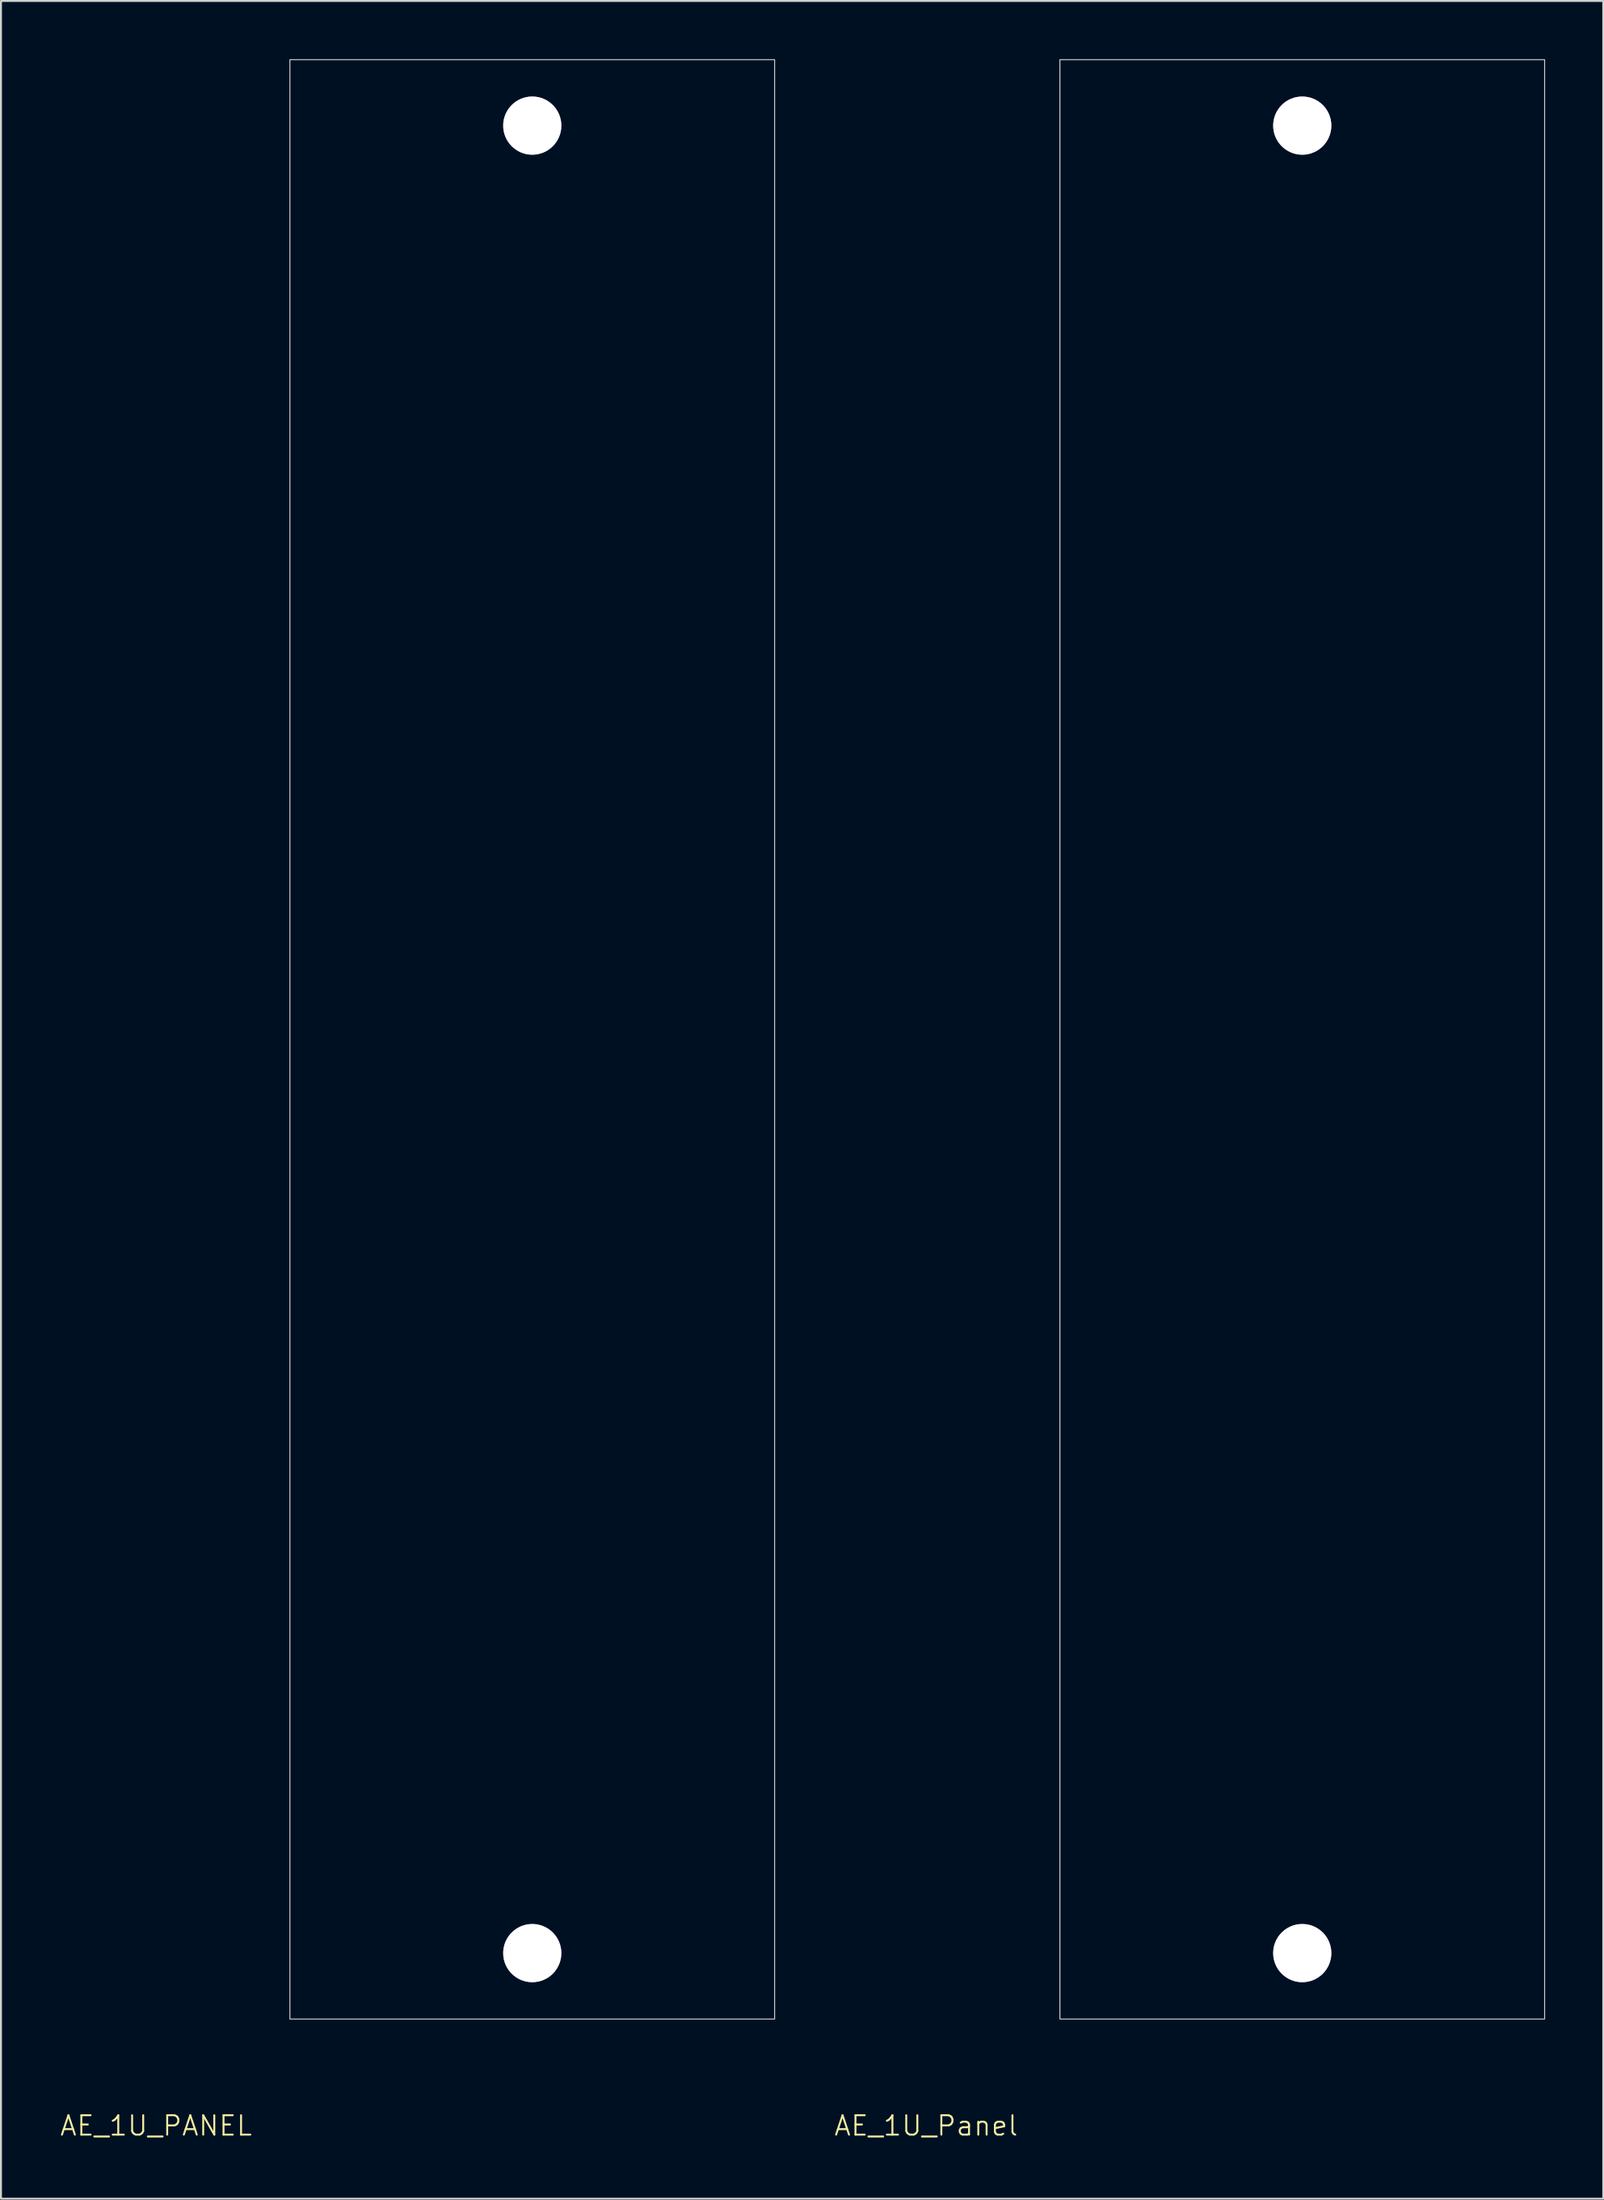
<source format=kicad_pcb>
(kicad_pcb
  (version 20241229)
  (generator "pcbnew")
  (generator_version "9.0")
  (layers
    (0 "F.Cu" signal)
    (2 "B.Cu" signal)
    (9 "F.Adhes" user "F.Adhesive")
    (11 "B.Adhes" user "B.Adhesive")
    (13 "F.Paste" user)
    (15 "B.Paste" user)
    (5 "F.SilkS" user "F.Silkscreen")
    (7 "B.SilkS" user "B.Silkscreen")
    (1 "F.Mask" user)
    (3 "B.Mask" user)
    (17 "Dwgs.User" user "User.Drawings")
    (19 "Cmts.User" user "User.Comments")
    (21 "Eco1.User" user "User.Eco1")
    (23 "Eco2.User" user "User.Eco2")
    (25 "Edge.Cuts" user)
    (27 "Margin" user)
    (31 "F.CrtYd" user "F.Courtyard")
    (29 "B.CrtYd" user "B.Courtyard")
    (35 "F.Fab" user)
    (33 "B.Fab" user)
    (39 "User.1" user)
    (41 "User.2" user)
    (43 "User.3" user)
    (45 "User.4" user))
  (footprint "AE_1U_Panel"
    (layer "F.Cu")
    (at 44.715 107.025)
    (property "Reference" "AE_1U_Panel" (at 0 -0.5 0) (unlocked yes) (layer "F.SilkS") (effects (font (size 1 1) (thickness 0.1))))
    (attr exclude_from_pos_files exclude_from_bom)
    (fp_rect (start 6.9 -107) (end 31.9 -6) (stroke (width 0.05) (type default)) (fill no) (layer "Edge.Cuts"))
    (pad "0" thru_hole circle (at 19.4 -103.6) (size 3 3) (drill 3) (layers "*.Cu" "*.Mask"))
    (pad "2" thru_hole circle (at 19.4 -9.4 90) (size 3 3) (drill 3) (layers "*.Cu" "*.Mask")))
  (footprint "AE_1U_PANEL"
    (layer "F.Cu")
    (at 5.002 107.025)
    (property "Reference" "AE_1U_PANEL" (at 0 -0.5 0) (unlocked yes) (layer "F.SilkS") (effects (font (size 1 1) (thickness 0.1))))
    (attr exclude_from_pos_files exclude_from_bom)
    (fp_rect (start 6.9 -107) (end 31.9 -6) (stroke (width 0.05) (type default)) (fill no) (layer "Edge.Cuts"))
    (pad "1" thru_hole circle (at 19.4 -103.6) (size 3 3) (drill 3) (layers "*.Cu" "*.Mask"))
    (pad "2" thru_hole circle (at 19.4 -9.4 90) (size 3 3) (drill 3) (layers "*.Cu" "*.Mask")))
  (gr_rect
    (start -3 -3)
    (end 79.64 110.285)
    (stroke (width 0.1) (type default))
    (fill no)
    (layer "Edge.Cuts")))
</source>
